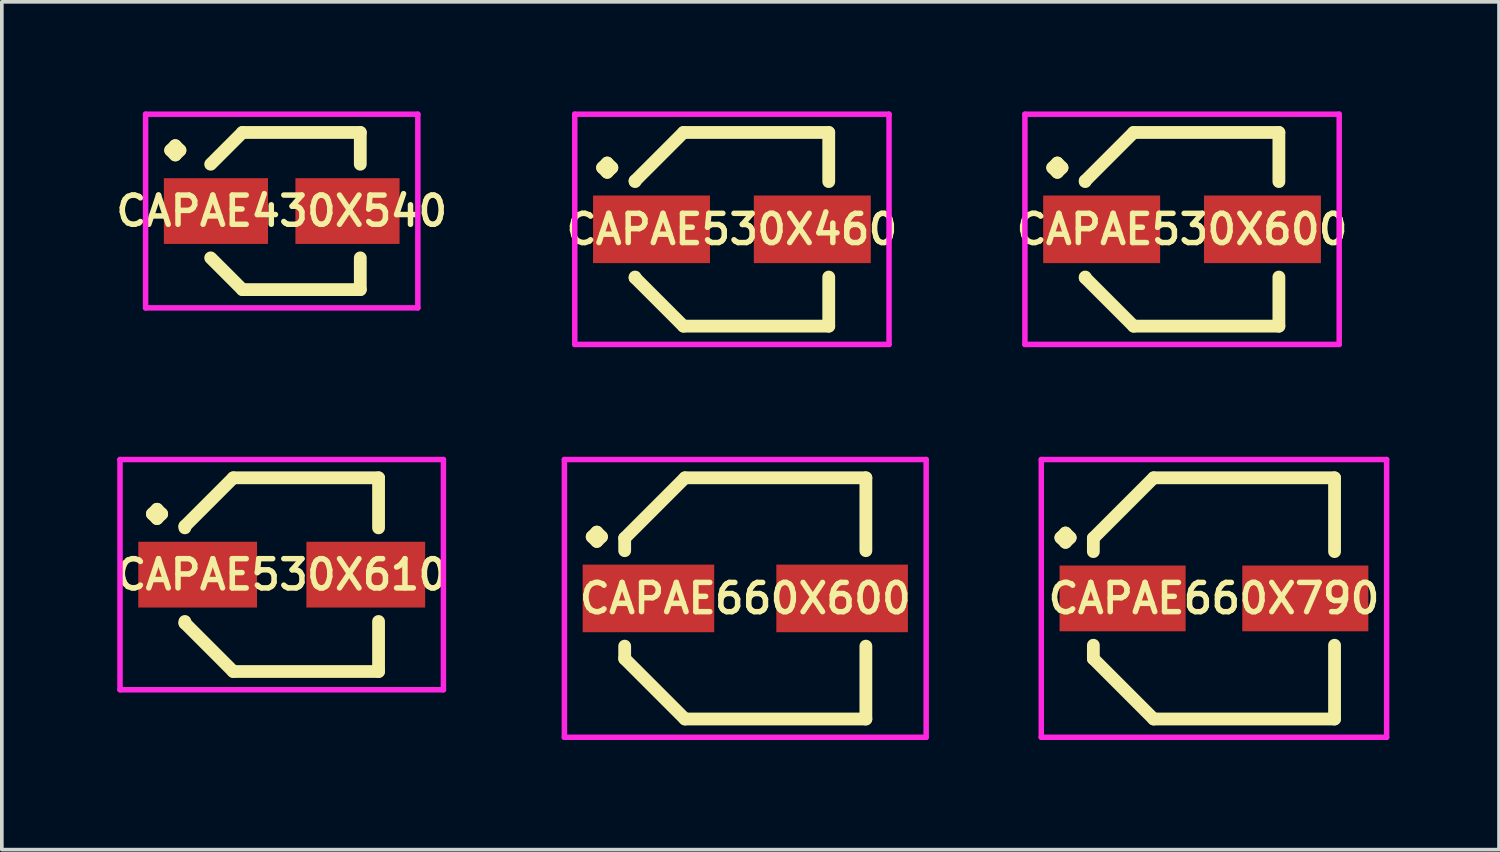
<source format=kicad_pcb>
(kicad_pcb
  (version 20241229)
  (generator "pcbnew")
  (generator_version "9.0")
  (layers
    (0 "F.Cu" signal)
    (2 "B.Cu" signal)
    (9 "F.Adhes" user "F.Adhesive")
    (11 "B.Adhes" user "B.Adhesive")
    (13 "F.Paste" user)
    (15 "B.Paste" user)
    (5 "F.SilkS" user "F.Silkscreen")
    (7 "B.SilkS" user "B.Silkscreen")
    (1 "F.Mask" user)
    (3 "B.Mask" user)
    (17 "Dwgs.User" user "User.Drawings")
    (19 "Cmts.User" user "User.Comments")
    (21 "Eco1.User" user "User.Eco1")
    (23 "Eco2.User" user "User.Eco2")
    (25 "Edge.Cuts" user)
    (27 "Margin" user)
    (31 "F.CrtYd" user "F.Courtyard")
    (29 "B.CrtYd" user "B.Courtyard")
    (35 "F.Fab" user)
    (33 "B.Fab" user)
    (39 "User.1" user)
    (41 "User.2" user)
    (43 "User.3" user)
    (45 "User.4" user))
  (footprint "CAPAE430X540"
    (layer "F.Cu")
    (at 4.659 2.725)
    (property "Reference" "CAPAE430X540" (at 0 0 0) (layer "F.SilkS") (effects (font (size 0.8 0.8) (thickness 0.15))))
    (attr smd)
    (fp_line (start -3.039 -1.662) (end -2.912 -1.789) (stroke (width 0.35) (type solid)) (layer "F.SilkS"))
    (fp_line (start -2.912 -1.789) (end -2.785 -1.662) (stroke (width 0.35) (type solid)) (layer "F.SilkS"))
    (fp_line (start -2.912 -1.535) (end -3.039 -1.662) (stroke (width 0.35) (type solid)) (layer "F.SilkS"))
    (fp_line (start -2.785 -1.662) (end -2.912 -1.535) (stroke (width 0.35) (type solid)) (layer "F.SilkS"))
    (fp_line (start -1.075 -2.15) (end -1.944 -1.281) (stroke (width 0.35) (type solid)) (layer "F.SilkS"))
    (fp_line (start -1.075 2.15) (end -1.944 1.281) (stroke (width 0.35) (type solid)) (layer "F.SilkS"))
    (fp_line (start 2.15 -2.15) (end -1.075 -2.15) (stroke (width 0.35) (type solid)) (layer "F.SilkS"))
    (fp_line (start 2.15 -1.281) (end 2.15 -2.15) (stroke (width 0.35) (type solid)) (layer "F.SilkS"))
    (fp_line (start 2.15 1.281) (end 2.15 2.15) (stroke (width 0.35) (type solid)) (layer "F.SilkS"))
    (fp_line (start 2.15 2.15) (end -1.075 2.15) (stroke (width 0.35) (type solid)) (layer "F.SilkS"))
    (fp_line (start -3.725 -2.65) (end 3.725 -2.65) (stroke (width 0.15) (type solid)) (layer "F.CrtYd"))
    (fp_line (start -3.725 2.65) (end -3.725 -2.65) (stroke (width 0.15) (type solid)) (layer "F.CrtYd"))
    (fp_line (start 3.725 -2.65) (end 3.725 2.65) (stroke (width 0.15) (type solid)) (layer "F.CrtYd"))
    (fp_line (start 3.725 2.65) (end -3.725 2.65) (stroke (width 0.15) (type solid)) (layer "F.CrtYd"))
    (pad "1" smd rect (at -1.8 0) (size 2.85 1.8) (layers "F.Cu" "F.Mask" "F.Paste"))
    (pad "2" smd rect (at 1.8 0) (size 2.85 1.8) (layers "F.Cu" "F.Mask" "F.Paste")))
  (footprint "CAPAE660X790"
    (layer "F.Cu")
    (at 30.169 13.325)
    (property "Reference" "CAPAE660X790" (at 0 0 0) (layer "F.SilkS") (effects (font (size 0.8 0.8) (thickness 0.15))))
    (attr smd)
    (fp_line (start -4.189 -1.662) (end -4.062 -1.789) (stroke (width 0.35) (type solid)) (layer "F.SilkS"))
    (fp_line (start -4.062 -1.789) (end -3.935 -1.662) (stroke (width 0.35) (type solid)) (layer "F.SilkS"))
    (fp_line (start -4.062 -1.535) (end -4.189 -1.662) (stroke (width 0.35) (type solid)) (layer "F.SilkS"))
    (fp_line (start -3.935 -1.662) (end -4.062 -1.535) (stroke (width 0.35) (type solid)) (layer "F.SilkS"))
    (fp_line (start -3.3 -1.65) (end -3.3 -1.281) (stroke (width 0.35) (type solid)) (layer "F.SilkS"))
    (fp_line (start -3.3 1.65) (end -3.3 1.281) (stroke (width 0.35) (type solid)) (layer "F.SilkS"))
    (fp_line (start -1.65 -3.3) (end -3.3 -1.65) (stroke (width 0.35) (type solid)) (layer "F.SilkS"))
    (fp_line (start -1.65 3.3) (end -3.3 1.65) (stroke (width 0.35) (type solid)) (layer "F.SilkS"))
    (fp_line (start 3.3 -3.3) (end -1.65 -3.3) (stroke (width 0.35) (type solid)) (layer "F.SilkS"))
    (fp_line (start 3.3 -1.281) (end 3.3 -3.3) (stroke (width 0.35) (type solid)) (layer "F.SilkS"))
    (fp_line (start 3.3 1.281) (end 3.3 3.3) (stroke (width 0.35) (type solid)) (layer "F.SilkS"))
    (fp_line (start 3.3 3.3) (end -1.65 3.3) (stroke (width 0.35) (type solid)) (layer "F.SilkS"))
    (fp_line (start -4.725 -3.8) (end 4.725 -3.8) (stroke (width 0.15) (type solid)) (layer "F.CrtYd"))
    (fp_line (start -4.725 3.8) (end -4.725 -3.8) (stroke (width 0.15) (type solid)) (layer "F.CrtYd"))
    (fp_line (start 4.725 -3.8) (end 4.725 3.8) (stroke (width 0.15) (type solid)) (layer "F.CrtYd"))
    (fp_line (start 4.725 3.8) (end -4.725 3.8) (stroke (width 0.15) (type solid)) (layer "F.CrtYd"))
    (pad "1" smd rect (at -2.5 0) (size 3.45 1.8) (layers "F.Cu" "F.Mask" "F.Paste"))
    (pad "2" smd rect (at 2.5 0) (size 3.45 1.8) (layers "F.Cu" "F.Mask" "F.Paste")))
  (footprint "CAPAE530X610"
    (layer "F.Cu")
    (at 4.659 12.675)
    (property "Reference" "CAPAE530X610" (at 0 0 0) (layer "F.SilkS") (effects (font (size 0.8 0.8) (thickness 0.15))))
    (attr smd)
    (fp_line (start -3.539 -1.662) (end -3.412 -1.789) (stroke (width 0.35) (type solid)) (layer "F.SilkS"))
    (fp_line (start -3.412 -1.789) (end -3.285 -1.662) (stroke (width 0.35) (type solid)) (layer "F.SilkS"))
    (fp_line (start -3.412 -1.535) (end -3.539 -1.662) (stroke (width 0.35) (type solid)) (layer "F.SilkS"))
    (fp_line (start -3.285 -1.662) (end -3.412 -1.535) (stroke (width 0.35) (type solid)) (layer "F.SilkS"))
    (fp_line (start -2.65 -1.325) (end -2.65 -1.281) (stroke (width 0.35) (type solid)) (layer "F.SilkS"))
    (fp_line (start -2.65 1.325) (end -2.65 1.281) (stroke (width 0.35) (type solid)) (layer "F.SilkS"))
    (fp_line (start -1.325 -2.65) (end -2.65 -1.325) (stroke (width 0.35) (type solid)) (layer "F.SilkS"))
    (fp_line (start -1.325 2.65) (end -2.65 1.325) (stroke (width 0.35) (type solid)) (layer "F.SilkS"))
    (fp_line (start 2.65 -2.65) (end -1.325 -2.65) (stroke (width 0.35) (type solid)) (layer "F.SilkS"))
    (fp_line (start 2.65 -1.281) (end 2.65 -2.65) (stroke (width 0.35) (type solid)) (layer "F.SilkS"))
    (fp_line (start 2.65 1.281) (end 2.65 2.65) (stroke (width 0.35) (type solid)) (layer "F.SilkS"))
    (fp_line (start 2.65 2.65) (end -1.325 2.65) (stroke (width 0.35) (type solid)) (layer "F.SilkS"))
    (fp_line (start -4.425 -3.15) (end 4.425 -3.15) (stroke (width 0.15) (type solid)) (layer "F.CrtYd"))
    (fp_line (start -4.425 3.15) (end -4.425 -3.15) (stroke (width 0.15) (type solid)) (layer "F.CrtYd"))
    (fp_line (start 4.425 -3.15) (end 4.425 3.15) (stroke (width 0.15) (type solid)) (layer "F.CrtYd"))
    (fp_line (start 4.425 3.15) (end -4.425 3.15) (stroke (width 0.15) (type solid)) (layer "F.CrtYd"))
    (pad "1" smd rect (at -2.3 0) (size 3.25 1.8) (layers "F.Cu" "F.Mask" "F.Paste"))
    (pad "2" smd rect (at 2.3 0) (size 3.25 1.8) (layers "F.Cu" "F.Mask" "F.Paste")))
  (footprint "CAPAE660X600"
    (layer "F.Cu")
    (at 17.344 13.325)
    (property "Reference" "CAPAE660X600" (at 0 0 0) (layer "F.SilkS") (effects (font (size 0.8 0.8) (thickness 0.15))))
    (attr through_hole)
    (fp_line (start -4.189 -1.687) (end -4.062 -1.814) (stroke (width 0.35) (type solid)) (layer "F.SilkS"))
    (fp_line (start -4.062 -1.814) (end -3.935 -1.687) (stroke (width 0.35) (type solid)) (layer "F.SilkS"))
    (fp_line (start -4.062 -1.56) (end -4.189 -1.687) (stroke (width 0.35) (type solid)) (layer "F.SilkS"))
    (fp_line (start -3.935 -1.687) (end -4.062 -1.56) (stroke (width 0.35) (type solid)) (layer "F.SilkS"))
    (fp_line (start -3.3 -1.65) (end -3.3 -1.306) (stroke (width 0.35) (type solid)) (layer "F.SilkS"))
    (fp_line (start -3.3 1.65) (end -3.3 1.306) (stroke (width 0.35) (type solid)) (layer "F.SilkS"))
    (fp_line (start -1.65 -3.3) (end -3.3 -1.65) (stroke (width 0.35) (type solid)) (layer "F.SilkS"))
    (fp_line (start -1.65 3.3) (end -3.3 1.65) (stroke (width 0.35) (type solid)) (layer "F.SilkS"))
    (fp_line (start 3.3 -3.3) (end -1.65 -3.3) (stroke (width 0.35) (type solid)) (layer "F.SilkS"))
    (fp_line (start 3.3 -1.306) (end 3.3 -3.3) (stroke (width 0.35) (type solid)) (layer "F.SilkS"))
    (fp_line (start 3.3 1.306) (end 3.3 3.3) (stroke (width 0.35) (type solid)) (layer "F.SilkS"))
    (fp_line (start 3.3 3.3) (end -1.65 3.3) (stroke (width 0.35) (type solid)) (layer "F.SilkS"))
    (fp_line (start -4.95 -3.8) (end 4.95 -3.8) (stroke (width 0.15) (type solid)) (layer "F.CrtYd"))
    (fp_line (start -4.95 3.8) (end -4.95 -3.8) (stroke (width 0.15) (type solid)) (layer "F.CrtYd"))
    (fp_line (start 4.95 -3.8) (end 4.95 3.8) (stroke (width 0.15) (type solid)) (layer "F.CrtYd"))
    (fp_line (start 4.95 3.8) (end -4.95 3.8) (stroke (width 0.15) (type solid)) (layer "F.CrtYd"))
    (pad "1" smd rect (at -2.65 0) (size 3.6 1.85) (layers "F.Cu" "F.Mask" "F.Paste"))
    (pad "2" smd rect (at 2.65 0) (size 3.6 1.85) (layers "F.Cu" "F.Mask" "F.Paste")))
  (footprint "CAPAE530X460"
    (layer "F.Cu")
    (at 16.978 3.225)
    (property "Reference" "CAPAE530X460" (at 0 0 0) (layer "F.SilkS") (effects (font (size 0.8 0.8) (thickness 0.15))))
    (attr smd)
    (fp_line (start -3.539 -1.687) (end -3.412 -1.814) (stroke (width 0.35) (type solid)) (layer "F.SilkS"))
    (fp_line (start -3.412 -1.814) (end -3.285 -1.687) (stroke (width 0.35) (type solid)) (layer "F.SilkS"))
    (fp_line (start -3.412 -1.56) (end -3.539 -1.687) (stroke (width 0.35) (type solid)) (layer "F.SilkS"))
    (fp_line (start -3.285 -1.687) (end -3.412 -1.56) (stroke (width 0.35) (type solid)) (layer "F.SilkS"))
    (fp_line (start -2.65 -1.325) (end -2.65 -1.306) (stroke (width 0.35) (type solid)) (layer "F.SilkS"))
    (fp_line (start -2.65 1.325) (end -2.65 1.306) (stroke (width 0.35) (type solid)) (layer "F.SilkS"))
    (fp_line (start -1.325 -2.65) (end -2.65 -1.325) (stroke (width 0.35) (type solid)) (layer "F.SilkS"))
    (fp_line (start -1.325 2.65) (end -2.65 1.325) (stroke (width 0.35) (type solid)) (layer "F.SilkS"))
    (fp_line (start 2.65 -2.65) (end -1.325 -2.65) (stroke (width 0.35) (type solid)) (layer "F.SilkS"))
    (fp_line (start 2.65 -1.306) (end 2.65 -2.65) (stroke (width 0.35) (type solid)) (layer "F.SilkS"))
    (fp_line (start 2.65 1.306) (end 2.65 2.65) (stroke (width 0.35) (type solid)) (layer "F.SilkS"))
    (fp_line (start 2.65 2.65) (end -1.325 2.65) (stroke (width 0.35) (type solid)) (layer "F.SilkS"))
    (fp_line (start -4.3 -3.15) (end 4.3 -3.15) (stroke (width 0.15) (type solid)) (layer "F.CrtYd"))
    (fp_line (start -4.3 3.15) (end -4.3 -3.15) (stroke (width 0.15) (type solid)) (layer "F.CrtYd"))
    (fp_line (start 4.3 -3.15) (end 4.3 3.15) (stroke (width 0.15) (type solid)) (layer "F.CrtYd"))
    (fp_line (start 4.3 3.15) (end -4.3 3.15) (stroke (width 0.15) (type solid)) (layer "F.CrtYd"))
    (pad "1" smd rect (at -2.2 0) (size 3.2 1.85) (layers "F.Cu" "F.Mask" "F.Paste"))
    (pad "2" smd rect (at 2.2 0) (size 3.2 1.85) (layers "F.Cu" "F.Mask" "F.Paste")))
  (footprint "CAPAE530X600"
    (layer "F.Cu")
    (at 29.296 3.225)
    (property "Reference" "CAPAE530X600" (at 0 0 0) (layer "F.SilkS") (effects (font (size 0.8 0.8) (thickness 0.15))))
    (attr smd)
    (fp_line (start -3.539 -1.687) (end -3.412 -1.814) (stroke (width 0.35) (type solid)) (layer "F.SilkS"))
    (fp_line (start -3.412 -1.814) (end -3.285 -1.687) (stroke (width 0.35) (type solid)) (layer "F.SilkS"))
    (fp_line (start -3.412 -1.56) (end -3.539 -1.687) (stroke (width 0.35) (type solid)) (layer "F.SilkS"))
    (fp_line (start -3.285 -1.687) (end -3.412 -1.56) (stroke (width 0.35) (type solid)) (layer "F.SilkS"))
    (fp_line (start -2.65 -1.325) (end -2.65 -1.306) (stroke (width 0.35) (type solid)) (layer "F.SilkS"))
    (fp_line (start -2.65 1.325) (end -2.65 1.306) (stroke (width 0.35) (type solid)) (layer "F.SilkS"))
    (fp_line (start -1.325 -2.65) (end -2.65 -1.325) (stroke (width 0.35) (type solid)) (layer "F.SilkS"))
    (fp_line (start -1.325 2.65) (end -2.65 1.325) (stroke (width 0.35) (type solid)) (layer "F.SilkS"))
    (fp_line (start 2.65 -2.65) (end -1.325 -2.65) (stroke (width 0.35) (type solid)) (layer "F.SilkS"))
    (fp_line (start 2.65 -1.306) (end 2.65 -2.65) (stroke (width 0.35) (type solid)) (layer "F.SilkS"))
    (fp_line (start 2.65 1.306) (end 2.65 2.65) (stroke (width 0.35) (type solid)) (layer "F.SilkS"))
    (fp_line (start 2.65 2.65) (end -1.325 2.65) (stroke (width 0.35) (type solid)) (layer "F.SilkS"))
    (fp_line (start -4.3 -3.15) (end 4.3 -3.15) (stroke (width 0.15) (type solid)) (layer "F.CrtYd"))
    (fp_line (start -4.3 3.15) (end -4.3 -3.15) (stroke (width 0.15) (type solid)) (layer "F.CrtYd"))
    (fp_line (start 4.3 -3.15) (end 4.3 3.15) (stroke (width 0.15) (type solid)) (layer "F.CrtYd"))
    (fp_line (start 4.3 3.15) (end -4.3 3.15) (stroke (width 0.15) (type solid)) (layer "F.CrtYd"))
    (pad "1" smd rect (at -2.2 0) (size 3.2 1.85) (layers "F.Cu" "F.Mask" "F.Paste"))
    (pad "2" smd rect (at 2.2 0) (size 3.2 1.85) (layers "F.Cu" "F.Mask" "F.Paste")))
  (gr_rect
    (start -3 -3)
    (end 37.969 20.2)
    (stroke (width 0.1) (type default))
    (fill no)
    (layer "Edge.Cuts")))
</source>
